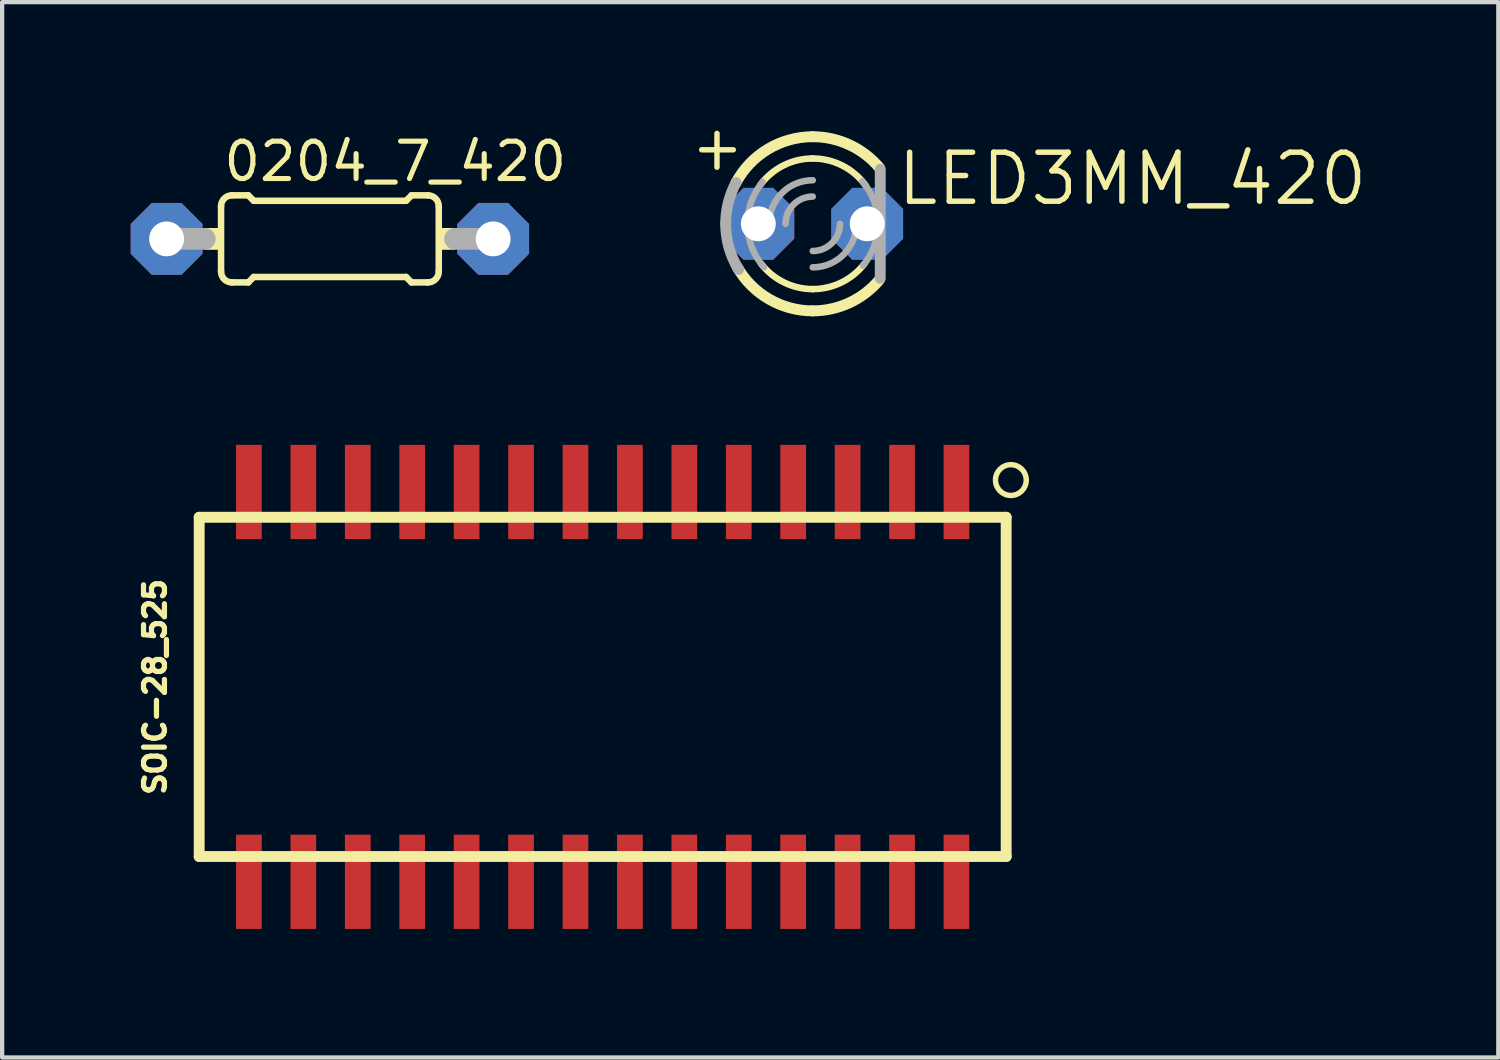
<source format=kicad_pcb>
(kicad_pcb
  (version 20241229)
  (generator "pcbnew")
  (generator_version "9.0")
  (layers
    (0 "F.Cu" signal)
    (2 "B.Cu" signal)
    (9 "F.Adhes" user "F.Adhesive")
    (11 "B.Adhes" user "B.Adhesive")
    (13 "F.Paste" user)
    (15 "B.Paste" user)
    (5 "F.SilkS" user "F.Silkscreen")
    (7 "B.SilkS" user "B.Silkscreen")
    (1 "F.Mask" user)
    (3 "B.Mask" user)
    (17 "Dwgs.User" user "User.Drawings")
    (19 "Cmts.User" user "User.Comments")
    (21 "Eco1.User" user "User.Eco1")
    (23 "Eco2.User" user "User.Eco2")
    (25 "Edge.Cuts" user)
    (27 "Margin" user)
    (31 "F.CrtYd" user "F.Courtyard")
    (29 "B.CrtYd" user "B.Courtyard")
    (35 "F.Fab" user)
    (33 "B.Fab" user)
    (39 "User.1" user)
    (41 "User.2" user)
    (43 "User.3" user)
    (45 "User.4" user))
  (footprint "LED3MM_420"
    (layer "F.Cu")
    (at 15.915 2.172)
    (property "Reference" "LED3MM_420" (at 1.905 -0.381 0) (unlocked yes) (layer "F.SilkS") (effects (font (size 1.143 1.143) (thickness 0.127)) (justify left bottom)))
    (fp_line (start -2.591 -1.727) (end -1.854 -1.727) (stroke (width 0.127) (type solid)) (layer "F.SilkS"))
    (fp_line (start -2.235 -1.321) (end -2.235 -2.108) (stroke (width 0.127) (type solid)) (layer "F.SilkS"))
    (fp_arc (start -1.7929 -0.9562) (mid -1.045438 -1.7424) (end 0 -2.032) (stroke (width 0.254) (type solid)) (layer "F.SilkS"))
    (fp_arc (start -1.2192 -0.9144) (mid -0.681554 -1.363107) (end 0 -1.524) (stroke (width 0.1524) (type solid)) (layer "F.SilkS"))
    (fp_arc (start 0 -2.032) (mid 0.861864 -1.840173) (end 1.561 -1.3009) (stroke (width 0.254) (type solid)) (layer "F.SilkS"))
    (fp_arc (start 0 -1.524) (mid 0.697339 -1.355082) (end 1.2401 -0.885801) (stroke (width 0.1524) (type solid)) (layer "F.SilkS"))
    (fp_arc (start 0 1.524) (mid -0.669593 1.369018) (end -1.203 0.9356) (stroke (width 0.1524) (type solid)) (layer "F.SilkS"))
    (fp_arc (start 0 2.032) (mid -1.019924 1.757525) (end -1.7643 1.0082) (stroke (width 0.254) (type solid)) (layer "F.SilkS"))
    (fp_arc (start 1.203 0.9356) (mid 0.669593 1.369018) (end 0 1.524) (stroke (width 0.1524) (type solid)) (layer "F.SilkS"))
    (fp_arc (start 1.5512 1.3126) (mid 0.854953 1.843405) (end 0 2.032) (stroke (width 0.254) (type solid)) (layer "F.SilkS"))
    (fp_line (start 1.575 1.27) (end 1.575 -1.27) (stroke (width 0.254) (type solid)) (layer "F.Fab"))
    (fp_arc (start -2.032 0) (mid -1.970339 -0.496775) (end -1.7891 -0.9634) (stroke (width 0.254) (type solid)) (layer "F.Fab"))
    (fp_arc (start -1.7306 1.065) (mid -1.95521 0.553417) (end -2.032 0) (stroke (width 0.254) (type solid)) (layer "F.Fab"))
    (fp_arc (start -1.524 0) (mid -1.432981 -0.518783) (end -1.1708 -0.9756) (stroke (width 0.1524) (type solid)) (layer "F.Fab"))
    (fp_arc (start -1.1391 1.0125) (mid -1.42454 0.5416) (end -1.524 0) (stroke (width 0.1524) (type solid)) (layer "F.Fab"))
    (fp_arc (start -1.016 0) (mid -0.71842 -0.71842) (end 0 -1.016) (stroke (width 0.1524) (type solid)) (layer "F.Fab"))
    (fp_arc (start -0.635 0) (mid -0.449013 -0.449013) (end 0 -0.635) (stroke (width 0.1524) (type solid)) (layer "F.Fab"))
    (fp_arc (start 0.635 0) (mid 0.449013 0.449013) (end 0 0.635) (stroke (width 0.1524) (type solid)) (layer "F.Fab"))
    (fp_arc (start 1.016 0) (mid 0.71842 0.71842) (end 0 1.016) (stroke (width 0.1524) (type solid)) (layer "F.Fab"))
    (fp_arc (start 1.1571 -0.9918) (mid 1.429332 -0.528744) (end 1.524 0) (stroke (width 0.1524) (type solid)) (layer "F.Fab"))
    (fp_arc (start 1.524 0) (mid 1.432981 0.518783) (end 1.1708 0.9756) (stroke (width 0.1524) (type solid)) (layer "F.Fab"))
    (pad "A" thru_hole roundrect (at -1.27 0) (size 1.676 1.676) (drill 0.813) (layers "*.Cu" "*.Mask") (roundrect_rratio 0.25) (chamfer_ratio 0.293) (chamfer top_left top_right bottom_left bottom_right))
    (pad "K" thru_hole roundrect (at 1.27 0) (size 1.676 1.676) (drill 0.813) (layers "*.Cu" "*.Mask") (roundrect_rratio 0.25) (chamfer_ratio 0.293) (chamfer top_left top_right bottom_left bottom_right)))
  (footprint "SOIC-28_525"
    (layer "F.Cu")
    (at 10.378 12.978)
    (property "Reference" "SOIC-28_525" (at -9.525 0 90) (unlocked yes) (layer "F.SilkS") (effects (font (size 0.488 0.488) (thickness 0.122)) (justify bottom)))
    (fp_line (start -8.78 -3.958) (end 10.05 -3.958) (stroke (width 0.254) (type solid)) (layer "F.SilkS"))
    (fp_line (start -8.78 3.958) (end -8.78 -3.958) (stroke (width 0.254) (type solid)) (layer "F.SilkS"))
    (fp_line (start 10.05 -3.958) (end 10.05 3.958) (stroke (width 0.254) (type solid)) (layer "F.SilkS"))
    (fp_line (start 10.05 3.958) (end -8.78 3.958) (stroke (width 0.254) (type solid)) (layer "F.SilkS"))
    (fp_circle (center 10.16 -4.826) (end 10.519 -4.826) (stroke (width 0.127) (type solid)) (fill no) (layer "F.SilkS"))
    (pad "1" smd rect (at 8.89 -4.548) (size 0.6 2.2) (layers "F.Cu" "F.Mask" "F.Paste"))
    (pad "2" smd rect (at 7.62 -4.548) (size 0.6 2.2) (layers "F.Cu" "F.Mask" "F.Paste"))
    (pad "3" smd rect (at 6.35 -4.548) (size 0.6 2.2) (layers "F.Cu" "F.Mask" "F.Paste"))
    (pad "4" smd rect (at 5.08 -4.548) (size 0.6 2.2) (layers "F.Cu" "F.Mask" "F.Paste"))
    (pad "5" smd rect (at 3.81 -4.548) (size 0.6 2.2) (layers "F.Cu" "F.Mask" "F.Paste"))
    (pad "6" smd rect (at 2.54 -4.548) (size 0.6 2.2) (layers "F.Cu" "F.Mask" "F.Paste"))
    (pad "7" smd rect (at 1.27 -4.548) (size 0.6 2.2) (layers "F.Cu" "F.Mask" "F.Paste"))
    (pad "8" smd rect (at 0 -4.548) (size 0.6 2.2) (layers "F.Cu" "F.Mask" "F.Paste"))
    (pad "9" smd rect (at -1.27 -4.548) (size 0.6 2.2) (layers "F.Cu" "F.Mask" "F.Paste"))
    (pad "10" smd rect (at -2.54 -4.548) (size 0.6 2.2) (layers "F.Cu" "F.Mask" "F.Paste"))
    (pad "11" smd rect (at -3.81 -4.548) (size 0.6 2.2) (layers "F.Cu" "F.Mask" "F.Paste"))
    (pad "12" smd rect (at -5.08 -4.548) (size 0.6 2.2) (layers "F.Cu" "F.Mask" "F.Paste"))
    (pad "13" smd rect (at -6.35 -4.548) (size 0.6 2.2) (layers "F.Cu" "F.Mask" "F.Paste"))
    (pad "14" smd rect (at -7.62 -4.548) (size 0.6 2.2) (layers "F.Cu" "F.Mask" "F.Paste"))
    (pad "15" smd rect (at -7.62 4.548) (size 0.6 2.2) (layers "F.Cu" "F.Mask" "F.Paste"))
    (pad "16" smd rect (at -6.35 4.548) (size 0.6 2.2) (layers "F.Cu" "F.Mask" "F.Paste"))
    (pad "17" smd rect (at -5.08 4.548) (size 0.6 2.2) (layers "F.Cu" "F.Mask" "F.Paste"))
    (pad "18" smd rect (at -3.81 4.548) (size 0.6 2.2) (layers "F.Cu" "F.Mask" "F.Paste"))
    (pad "19" smd rect (at -2.54 4.548) (size 0.6 2.2) (layers "F.Cu" "F.Mask" "F.Paste"))
    (pad "20" smd rect (at -1.27 4.548) (size 0.6 2.2) (layers "F.Cu" "F.Mask" "F.Paste"))
    (pad "21" smd rect (at 0 4.548) (size 0.6 2.2) (layers "F.Cu" "F.Mask" "F.Paste"))
    (pad "22" smd rect (at 1.27 4.548) (size 0.6 2.2) (layers "F.Cu" "F.Mask" "F.Paste"))
    (pad "23" smd rect (at 2.54 4.548) (size 0.6 2.2) (layers "F.Cu" "F.Mask" "F.Paste"))
    (pad "24" smd rect (at 3.81 4.548) (size 0.6 2.2) (layers "F.Cu" "F.Mask" "F.Paste"))
    (pad "25" smd rect (at 5.08 4.548) (size 0.6 2.2) (layers "F.Cu" "F.Mask" "F.Paste"))
    (pad "26" smd rect (at 6.35 4.548) (size 0.6 2.2) (layers "F.Cu" "F.Mask" "F.Paste"))
    (pad "27" smd rect (at 7.62 4.548) (size 0.6 2.2) (layers "F.Cu" "F.Mask" "F.Paste"))
    (pad "28" smd rect (at 8.89 4.548) (size 0.6 2.2) (layers "F.Cu" "F.Mask" "F.Paste")))
  (footprint "0204_7_420"
    (layer "F.Cu")
    (at 4.648 2.524)
    (property "Reference" "0204_7_420" (at -2.54 -1.295 0) (unlocked yes) (layer "F.SilkS") (effects (font (size 0.872 0.872) (thickness 0.119)) (justify left bottom)))
    (fp_line (start -2.54 0.762) (end -2.54 -0.762) (stroke (width 0.152) (type solid)) (layer "F.SilkS"))
    (fp_line (start -2.286 -1.016) (end -1.905 -1.016) (stroke (width 0.152) (type solid)) (layer "F.SilkS"))
    (fp_line (start -2.286 1.016) (end -1.905 1.016) (stroke (width 0.152) (type solid)) (layer "F.SilkS"))
    (fp_line (start -1.778 -0.889) (end -1.905 -1.016) (stroke (width 0.152) (type solid)) (layer "F.SilkS"))
    (fp_line (start -1.778 0.889) (end -1.905 1.016) (stroke (width 0.152) (type solid)) (layer "F.SilkS"))
    (fp_line (start 1.778 -0.889) (end -1.778 -0.889) (stroke (width 0.152) (type solid)) (layer "F.SilkS"))
    (fp_line (start 1.778 -0.889) (end 1.905 -1.016) (stroke (width 0.152) (type solid)) (layer "F.SilkS"))
    (fp_line (start 1.778 0.889) (end -1.778 0.889) (stroke (width 0.152) (type solid)) (layer "F.SilkS"))
    (fp_line (start 1.778 0.889) (end 1.905 1.016) (stroke (width 0.152) (type solid)) (layer "F.SilkS"))
    (fp_line (start 2.286 -1.016) (end 1.905 -1.016) (stroke (width 0.152) (type solid)) (layer "F.SilkS"))
    (fp_line (start 2.286 1.016) (end 1.905 1.016) (stroke (width 0.152) (type solid)) (layer "F.SilkS"))
    (fp_line (start 2.54 0.762) (end 2.54 -0.762) (stroke (width 0.152) (type solid)) (layer "F.SilkS"))
    (fp_arc (start -2.54 -0.762) (mid -2.465605 -0.941605) (end -2.286 -1.016) (stroke (width 0.1524) (type solid)) (layer "F.SilkS"))
    (fp_arc (start -2.286 1.016) (mid -2.465605 0.941605) (end -2.54 0.762) (stroke (width 0.1524) (type solid)) (layer "F.SilkS"))
    (fp_arc (start 2.286 -1.016) (mid 2.465605 -0.941605) (end 2.54 -0.762) (stroke (width 0.1524) (type solid)) (layer "F.SilkS"))
    (fp_arc (start 2.54 0.762) (mid 2.465605 0.941605) (end 2.286 1.016) (stroke (width 0.1524) (type solid)) (layer "F.SilkS"))
    (fp_poly (pts (xy -2.921 0.254) (xy -2.54 0.254) (xy -2.54 -0.254) (xy -2.921 -0.254)) (stroke (width 0) (type default)) (fill yes) (layer "F.SilkS"))
    (fp_poly (pts (xy 2.54 0.254) (xy 2.921 0.254) (xy 2.921 -0.254) (xy 2.54 -0.254)) (stroke (width 0) (type default)) (fill yes) (layer "F.SilkS"))
    (fp_line (start -3.81 0) (end -2.921 0) (stroke (width 0.508) (type solid)) (layer "F.Fab"))
    (fp_line (start 3.81 0) (end 2.921 0) (stroke (width 0.508) (type solid)) (layer "F.Fab"))
    (pad "1" thru_hole roundrect (at -3.81 0) (size 1.676 1.676) (drill 0.813) (layers "*.Cu" "*.Mask") (roundrect_rratio 0.25) (chamfer_ratio 0.293) (chamfer top_left top_right bottom_left bottom_right))
    (pad "2" thru_hole roundrect (at 3.81 0) (size 1.676 1.676) (drill 0.813) (layers "*.Cu" "*.Mask") (roundrect_rratio 0.25) (chamfer_ratio 0.293) (chamfer top_left top_right bottom_left bottom_right)))
  (gr_rect
    (start -3 -3)
    (end 31.912 21.626)
    (stroke (width 0.1) (type default))
    (fill no)
    (layer "Edge.Cuts")))
</source>
